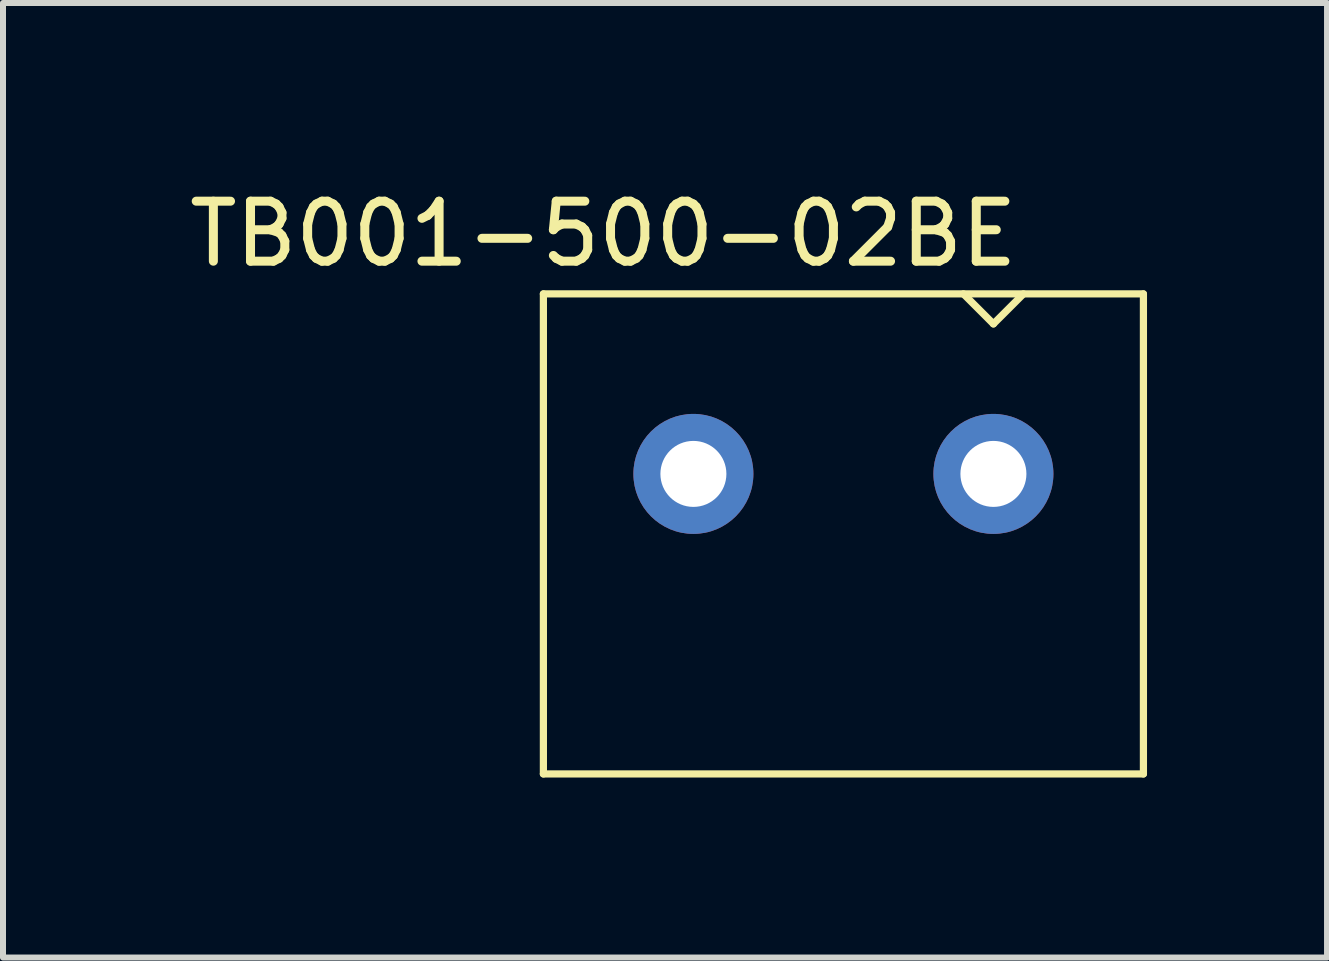
<source format=kicad_pcb>
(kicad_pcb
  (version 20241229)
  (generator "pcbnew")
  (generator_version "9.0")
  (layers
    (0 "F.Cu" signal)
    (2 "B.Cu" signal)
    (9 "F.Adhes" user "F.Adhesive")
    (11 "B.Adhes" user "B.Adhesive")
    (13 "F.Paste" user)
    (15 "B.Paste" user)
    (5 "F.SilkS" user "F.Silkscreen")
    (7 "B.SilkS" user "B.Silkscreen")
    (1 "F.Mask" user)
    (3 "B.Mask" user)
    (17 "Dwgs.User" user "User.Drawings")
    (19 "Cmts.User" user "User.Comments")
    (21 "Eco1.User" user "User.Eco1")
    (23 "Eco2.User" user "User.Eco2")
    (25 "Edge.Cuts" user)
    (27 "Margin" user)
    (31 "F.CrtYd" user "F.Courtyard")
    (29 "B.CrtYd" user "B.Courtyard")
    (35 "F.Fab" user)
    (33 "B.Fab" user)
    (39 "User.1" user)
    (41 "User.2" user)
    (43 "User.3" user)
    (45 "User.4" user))
  (footprint "TB001-500-02BE"
    (layer "F.Cu")
    (at 11.006 4.848)
    (property "Reference" "TB001-500-02BE" (at -4 -4 0) (layer "F.SilkS") (effects (font (size 1 1) (thickness 0.15))))
    (attr through_hole)
    (fp_line (start -5 -3) (end -5 5) (stroke (width 0.12) (type solid)) (layer "F.SilkS"))
    (fp_line (start -5 5) (end 5 5) (stroke (width 0.12) (type solid)) (layer "F.SilkS"))
    (fp_line (start 2 -3) (end 2.5 -2.5) (stroke (width 0.12) (type solid)) (layer "F.SilkS"))
    (fp_line (start 2.5 -2.5) (end 3 -3) (stroke (width 0.12) (type solid)) (layer "F.SilkS"))
    (fp_line (start 5 -3) (end -5 -3) (stroke (width 0.12) (type solid)) (layer "F.SilkS"))
    (fp_line (start 5 5) (end 5 -3) (stroke (width 0.12) (type solid)) (layer "F.SilkS"))
    (pad "1" thru_hole circle (at 2.5 0) (size 2 2) (drill 1.1) (layers "*.Cu" "*.Mask"))
    (pad "2" thru_hole circle (at -2.5 0) (size 2 2) (drill 1.1) (layers "*.Cu" "*.Mask")))
  (gr_rect
    (start -3 -3)
    (end 19.066 12.908)
    (stroke (width 0.1) (type default))
    (fill no)
    (layer "Edge.Cuts")))
</source>
